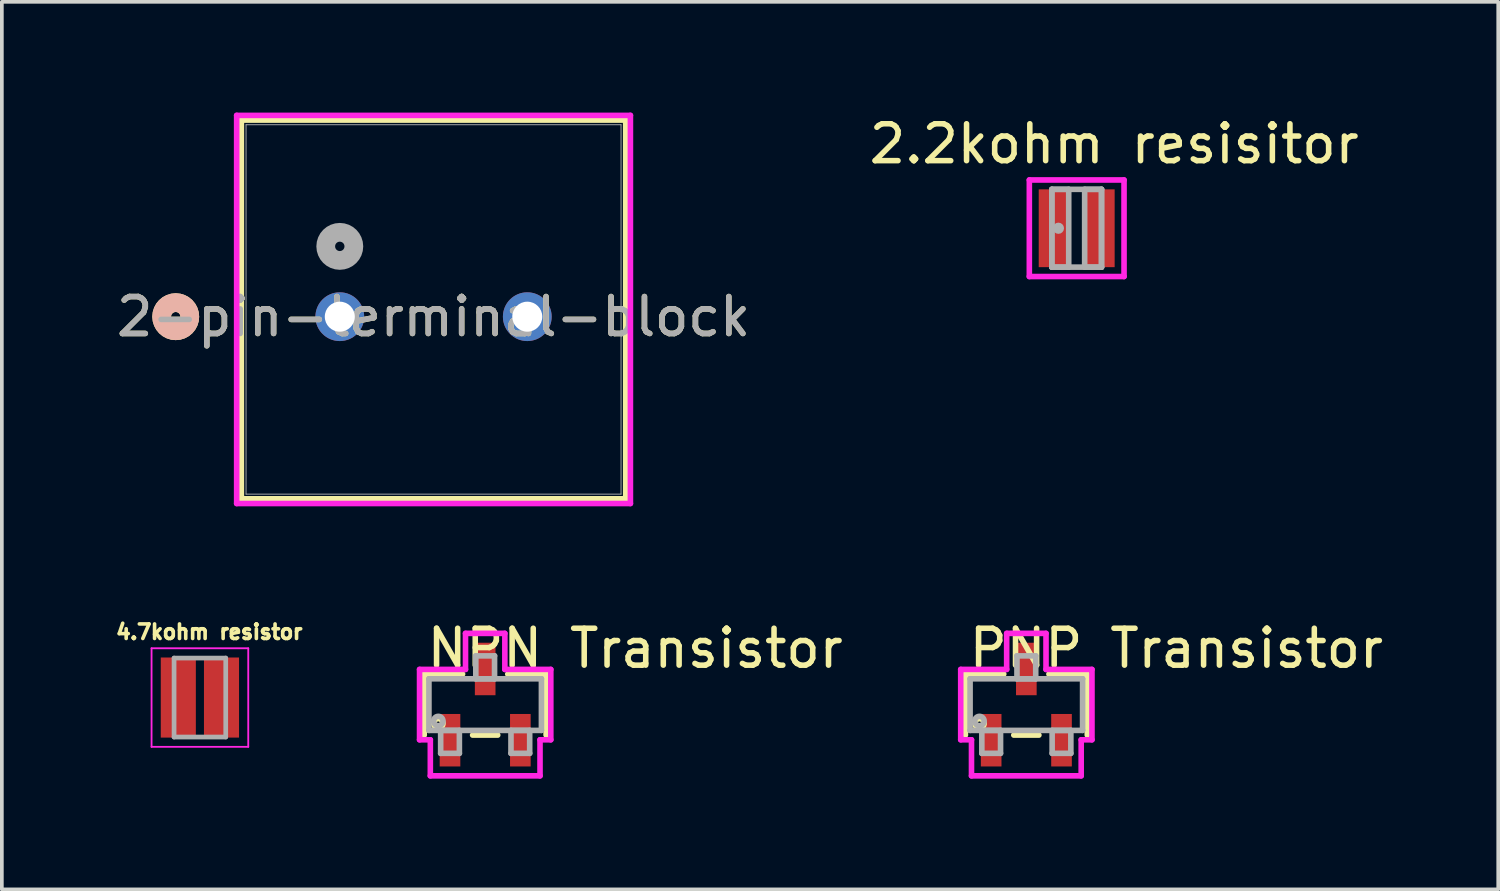
<source format=kicad_pcb>
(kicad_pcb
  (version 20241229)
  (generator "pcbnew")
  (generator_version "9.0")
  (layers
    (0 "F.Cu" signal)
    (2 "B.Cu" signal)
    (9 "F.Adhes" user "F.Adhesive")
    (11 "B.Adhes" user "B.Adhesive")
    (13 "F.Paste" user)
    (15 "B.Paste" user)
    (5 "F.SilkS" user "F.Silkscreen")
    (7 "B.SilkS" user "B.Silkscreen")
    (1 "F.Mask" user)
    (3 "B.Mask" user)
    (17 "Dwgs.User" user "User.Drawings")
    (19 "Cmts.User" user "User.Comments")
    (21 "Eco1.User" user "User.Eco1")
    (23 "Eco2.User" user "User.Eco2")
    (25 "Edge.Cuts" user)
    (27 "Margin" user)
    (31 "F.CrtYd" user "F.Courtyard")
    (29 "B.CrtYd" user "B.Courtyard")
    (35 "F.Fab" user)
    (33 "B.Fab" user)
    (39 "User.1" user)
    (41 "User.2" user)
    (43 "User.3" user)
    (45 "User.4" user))
  (footprint "PNP Transistor"
    (layer "F.Cu")
    (at 24.757 16.04)
    (property "Reference" "PNP Transistor" (at 4.064 -1.524 0) (layer "F.SilkS") (effects (font (size 1 1) (thickness 0.15))))
    (attr through_hole)
    (fp_line (start -1.651 -0.826) (end -1.651 0.826) (stroke (width 0.152) (type solid)) (layer "F.SilkS"))
    (fp_line (start -0.612 -0.826) (end -1.651 -0.826) (stroke (width 0.152) (type solid)) (layer "F.SilkS"))
    (fp_line (start -0.34 0.826) (end 0.34 0.826) (stroke (width 0.152) (type solid)) (layer "F.SilkS"))
    (fp_line (start 1.651 -0.826) (end 0.612 -0.826) (stroke (width 0.152) (type solid)) (layer "F.SilkS"))
    (fp_line (start 1.651 0.826) (end 1.651 -0.826) (stroke (width 0.152) (type solid)) (layer "F.SilkS"))
    (fp_circle (center -1.27 0.508) (end -1.143 0.508) (stroke (width 0.152) (type solid)) (fill no) (layer "F.SilkS"))
    (fp_line (start -1.778 -0.953) (end -0.533 -0.953) (stroke (width 0.152) (type solid)) (layer "F.CrtYd"))
    (fp_line (start -1.778 0.953) (end -1.778 -0.953) (stroke (width 0.152) (type solid)) (layer "F.CrtYd"))
    (fp_line (start -1.778 0.953) (end -1.486 0.953) (stroke (width 0.152) (type solid)) (layer "F.CrtYd"))
    (fp_line (start -1.486 0.953) (end -1.486 1.93) (stroke (width 0.152) (type solid)) (layer "F.CrtYd"))
    (fp_line (start -1.486 1.93) (end 1.486 1.93) (stroke (width 0.152) (type solid)) (layer "F.CrtYd"))
    (fp_line (start -0.533 -1.93) (end 0.533 -1.93) (stroke (width 0.152) (type solid)) (layer "F.CrtYd"))
    (fp_line (start -0.533 -0.953) (end -0.533 -1.93) (stroke (width 0.152) (type solid)) (layer "F.CrtYd"))
    (fp_line (start 0.533 -0.953) (end 0.533 -1.93) (stroke (width 0.152) (type solid)) (layer "F.CrtYd"))
    (fp_line (start 1.486 0.953) (end 1.486 1.93) (stroke (width 0.152) (type solid)) (layer "F.CrtYd"))
    (fp_line (start 1.778 -0.953) (end 0.533 -0.953) (stroke (width 0.152) (type solid)) (layer "F.CrtYd"))
    (fp_line (start 1.778 -0.953) (end 1.778 0.953) (stroke (width 0.152) (type solid)) (layer "F.CrtYd"))
    (fp_line (start 1.778 0.953) (end 1.486 0.953) (stroke (width 0.152) (type solid)) (layer "F.CrtYd"))
    (fp_line (start -1.524 -0.699) (end -1.524 0.699) (stroke (width 0.152) (type solid)) (layer "F.Fab"))
    (fp_line (start -1.524 0.699) (end 1.524 0.699) (stroke (width 0.152) (type solid)) (layer "F.Fab"))
    (fp_line (start -1.206 0.699) (end -1.206 1.321) (stroke (width 0.152) (type solid)) (layer "F.Fab"))
    (fp_line (start -1.206 1.321) (end -0.699 1.321) (stroke (width 0.152) (type solid)) (layer "F.Fab"))
    (fp_line (start -0.699 0.699) (end -1.206 0.699) (stroke (width 0.152) (type solid)) (layer "F.Fab"))
    (fp_line (start -0.699 1.321) (end -0.699 0.699) (stroke (width 0.152) (type solid)) (layer "F.Fab"))
    (fp_line (start -0.254 -1.321) (end -0.254 -0.699) (stroke (width 0.152) (type solid)) (layer "F.Fab"))
    (fp_line (start -0.254 -0.699) (end 0.254 -0.699) (stroke (width 0.152) (type solid)) (layer "F.Fab"))
    (fp_line (start 0.254 -1.321) (end -0.254 -1.321) (stroke (width 0.152) (type solid)) (layer "F.Fab"))
    (fp_line (start 0.254 -0.699) (end 0.254 -1.321) (stroke (width 0.152) (type solid)) (layer "F.Fab"))
    (fp_line (start 0.699 0.699) (end 0.699 1.321) (stroke (width 0.152) (type solid)) (layer "F.Fab"))
    (fp_line (start 0.699 1.321) (end 1.206 1.321) (stroke (width 0.152) (type solid)) (layer "F.Fab"))
    (fp_line (start 1.206 0.699) (end 0.699 0.699) (stroke (width 0.152) (type solid)) (layer "F.Fab"))
    (fp_line (start 1.206 1.321) (end 1.206 0.699) (stroke (width 0.152) (type solid)) (layer "F.Fab"))
    (fp_line (start 1.524 -0.699) (end -1.524 -0.699) (stroke (width 0.152) (type solid)) (layer "F.Fab"))
    (fp_line (start 1.524 0.699) (end 1.524 -0.699) (stroke (width 0.152) (type solid)) (layer "F.Fab"))
    (fp_circle (center -1.27 0.445) (end -1.143 0.445) (stroke (width 0.152) (type solid)) (fill no) (layer "F.Fab"))
    (pad "1" smd rect (at -0.953 0.965) (size 0.559 1.422) (layers "F.Cu" "F.Mask" "F.Paste"))
    (pad "2" smd rect (at 0.953 0.965) (size 0.559 1.422) (layers "F.Cu" "F.Mask" "F.Paste"))
    (pad "3" smd rect (at 0 -0.965) (size 0.559 1.422) (layers "F.Cu" "F.Mask" "F.Paste")))
  (footprint "NPN Transistor"
    (layer "F.Cu")
    (at 10.095 16.04)
    (property "Reference" "NPN Transistor" (at 4.064 -1.524 0) (layer "F.SilkS") (effects (font (size 1 1) (thickness 0.15))))
    (attr through_hole)
    (fp_line (start -1.651 -0.826) (end -1.651 0.826) (stroke (width 0.152) (type solid)) (layer "F.SilkS"))
    (fp_line (start -0.612 -0.826) (end -1.651 -0.826) (stroke (width 0.152) (type solid)) (layer "F.SilkS"))
    (fp_line (start -0.34 0.826) (end 0.34 0.826) (stroke (width 0.152) (type solid)) (layer "F.SilkS"))
    (fp_line (start 1.651 -0.826) (end 0.612 -0.826) (stroke (width 0.152) (type solid)) (layer "F.SilkS"))
    (fp_line (start 1.651 0.826) (end 1.651 -0.826) (stroke (width 0.152) (type solid)) (layer "F.SilkS"))
    (fp_circle (center -1.27 0.508) (end -1.143 0.508) (stroke (width 0.152) (type solid)) (fill no) (layer "F.SilkS"))
    (fp_line (start -1.778 -0.953) (end -0.533 -0.953) (stroke (width 0.152) (type solid)) (layer "F.CrtYd"))
    (fp_line (start -1.778 0.953) (end -1.778 -0.953) (stroke (width 0.152) (type solid)) (layer "F.CrtYd"))
    (fp_line (start -1.778 0.953) (end -1.486 0.953) (stroke (width 0.152) (type solid)) (layer "F.CrtYd"))
    (fp_line (start -1.486 0.953) (end -1.486 1.93) (stroke (width 0.152) (type solid)) (layer "F.CrtYd"))
    (fp_line (start -1.486 1.93) (end 1.486 1.93) (stroke (width 0.152) (type solid)) (layer "F.CrtYd"))
    (fp_line (start -0.533 -1.93) (end 0.533 -1.93) (stroke (width 0.152) (type solid)) (layer "F.CrtYd"))
    (fp_line (start -0.533 -0.953) (end -0.533 -1.93) (stroke (width 0.152) (type solid)) (layer "F.CrtYd"))
    (fp_line (start 0.533 -0.953) (end 0.533 -1.93) (stroke (width 0.152) (type solid)) (layer "F.CrtYd"))
    (fp_line (start 1.486 0.953) (end 1.486 1.93) (stroke (width 0.152) (type solid)) (layer "F.CrtYd"))
    (fp_line (start 1.778 -0.953) (end 0.533 -0.953) (stroke (width 0.152) (type solid)) (layer "F.CrtYd"))
    (fp_line (start 1.778 -0.953) (end 1.778 0.953) (stroke (width 0.152) (type solid)) (layer "F.CrtYd"))
    (fp_line (start 1.778 0.953) (end 1.486 0.953) (stroke (width 0.152) (type solid)) (layer "F.CrtYd"))
    (fp_line (start -1.524 -0.699) (end -1.524 0.699) (stroke (width 0.152) (type solid)) (layer "F.Fab"))
    (fp_line (start -1.524 0.699) (end 1.524 0.699) (stroke (width 0.152) (type solid)) (layer "F.Fab"))
    (fp_line (start -1.206 0.699) (end -1.206 1.321) (stroke (width 0.152) (type solid)) (layer "F.Fab"))
    (fp_line (start -1.206 1.321) (end -0.699 1.321) (stroke (width 0.152) (type solid)) (layer "F.Fab"))
    (fp_line (start -0.699 0.699) (end -1.206 0.699) (stroke (width 0.152) (type solid)) (layer "F.Fab"))
    (fp_line (start -0.699 1.321) (end -0.699 0.699) (stroke (width 0.152) (type solid)) (layer "F.Fab"))
    (fp_line (start -0.254 -1.321) (end -0.254 -0.699) (stroke (width 0.152) (type solid)) (layer "F.Fab"))
    (fp_line (start -0.254 -0.699) (end 0.254 -0.699) (stroke (width 0.152) (type solid)) (layer "F.Fab"))
    (fp_line (start 0.254 -1.321) (end -0.254 -1.321) (stroke (width 0.152) (type solid)) (layer "F.Fab"))
    (fp_line (start 0.254 -0.699) (end 0.254 -1.321) (stroke (width 0.152) (type solid)) (layer "F.Fab"))
    (fp_line (start 0.699 0.699) (end 0.699 1.321) (stroke (width 0.152) (type solid)) (layer "F.Fab"))
    (fp_line (start 0.699 1.321) (end 1.206 1.321) (stroke (width 0.152) (type solid)) (layer "F.Fab"))
    (fp_line (start 1.206 0.699) (end 0.699 0.699) (stroke (width 0.152) (type solid)) (layer "F.Fab"))
    (fp_line (start 1.206 1.321) (end 1.206 0.699) (stroke (width 0.152) (type solid)) (layer "F.Fab"))
    (fp_line (start 1.524 -0.699) (end -1.524 -0.699) (stroke (width 0.152) (type solid)) (layer "F.Fab"))
    (fp_line (start 1.524 0.699) (end 1.524 -0.699) (stroke (width 0.152) (type solid)) (layer "F.Fab"))
    (fp_circle (center -1.27 0.445) (end -1.143 0.445) (stroke (width 0.152) (type solid)) (fill no) (layer "F.Fab"))
    (pad "1" smd rect (at -0.953 0.965) (size 0.559 1.422) (layers "F.Cu" "F.Mask" "F.Paste"))
    (pad "2" smd rect (at 0.953 0.965) (size 0.559 1.422) (layers "F.Cu" "F.Mask" "F.Paste"))
    (pad "3" smd rect (at 0 -0.965) (size 0.559 1.422) (layers "F.Cu" "F.Mask" "F.Paste")))
  (footprint "4.7kohm resistor"
    (layer "F.Cu")
    (at 2.366 15.849)
    (property "Reference" "4.7kohm resistor" (at 0.254 -1.778 0) (layer "F.SilkS") (effects (font (size 0.394 0.394) (thickness 0.098))))
    (attr smd)
    (fp_line (start -1.31 -1.335) (end 1.31 -1.335) (stroke (width 0.05) (type solid)) (layer "F.CrtYd"))
    (fp_line (start -1.31 1.335) (end -1.31 -1.335) (stroke (width 0.05) (type solid)) (layer "F.CrtYd"))
    (fp_line (start -1.31 1.335) (end 1.31 1.335) (stroke (width 0.05) (type solid)) (layer "F.CrtYd"))
    (fp_line (start 1.31 1.335) (end 1.31 -1.335) (stroke (width 0.05) (type solid)) (layer "F.CrtYd"))
    (fp_line (start -0.7 1.07) (end -0.7 -1.07) (stroke (width 0.127) (type solid)) (layer "F.Fab"))
    (fp_line (start 0.7 -1.07) (end -0.7 -1.07) (stroke (width 0.127) (type solid)) (layer "F.Fab"))
    (fp_line (start 0.7 1.07) (end -0.7 1.07) (stroke (width 0.127) (type solid)) (layer "F.Fab"))
    (fp_line (start 0.7 1.07) (end 0.7 -1.07) (stroke (width 0.127) (type solid)) (layer "F.Fab"))
    (pad "1" smd rect (at -0.585 0) (size 0.95 2.17) (layers "F.Cu" "F.Mask" "F.Paste"))
    (pad "2" smd rect (at 0.585 0) (size 0.95 2.17) (layers "F.Cu" "F.Mask" "F.Paste")))
  (footprint "2.2kohm resisitor"
    (layer "F.Cu")
    (at 26.121 3.134)
    (property "Reference" "2.2kohm resisitor" (at 1.016 -2.286 0) (layer "F.SilkS") (effects (font (size 1 1) (thickness 0.15))))
    (attr through_hole)
    (fp_line (start -1.283 -1.308) (end 1.283 -1.308) (stroke (width 0.152) (type solid)) (layer "F.CrtYd"))
    (fp_line (start -1.283 1.308) (end -1.283 -1.308) (stroke (width 0.152) (type solid)) (layer "F.CrtYd"))
    (fp_line (start 1.283 -1.308) (end 1.283 1.308) (stroke (width 0.152) (type solid)) (layer "F.CrtYd"))
    (fp_line (start 1.283 1.308) (end -1.283 1.308) (stroke (width 0.152) (type solid)) (layer "F.CrtYd"))
    (fp_line (start -0.673 -1.054) (end -0.673 1.054) (stroke (width 0.152) (type solid)) (layer "F.Fab"))
    (fp_line (start -0.673 -1.054) (end -0.673 1.054) (stroke (width 0.152) (type solid)) (layer "F.Fab"))
    (fp_line (start -0.673 1.054) (end -0.216 1.054) (stroke (width 0.152) (type solid)) (layer "F.Fab"))
    (fp_line (start -0.673 1.054) (end 0.673 1.054) (stroke (width 0.152) (type solid)) (layer "F.Fab"))
    (fp_line (start -0.216 -1.054) (end -0.673 -1.054) (stroke (width 0.152) (type solid)) (layer "F.Fab"))
    (fp_line (start -0.216 1.054) (end -0.216 -1.054) (stroke (width 0.152) (type solid)) (layer "F.Fab"))
    (fp_line (start 0.216 -1.054) (end 0.216 1.054) (stroke (width 0.152) (type solid)) (layer "F.Fab"))
    (fp_line (start 0.216 1.054) (end 0.673 1.054) (stroke (width 0.152) (type solid)) (layer "F.Fab"))
    (fp_line (start 0.673 -1.054) (end -0.673 -1.054) (stroke (width 0.152) (type solid)) (layer "F.Fab"))
    (fp_line (start 0.673 -1.054) (end 0.216 -1.054) (stroke (width 0.152) (type solid)) (layer "F.Fab"))
    (fp_line (start 0.673 1.054) (end 0.673 -1.054) (stroke (width 0.152) (type solid)) (layer "F.Fab"))
    (fp_line (start 0.673 1.054) (end 0.673 -1.054) (stroke (width 0.152) (type solid)) (layer "F.Fab"))
    (fp_circle (center -0.495 0) (end -0.419 0) (stroke (width 0.152) (type solid)) (fill no) (layer "F.Fab"))
    (pad "1" smd rect (at -0.622 0) (size 0.813 2.108) (layers "F.Cu" "F.Mask" "F.Paste"))
    (pad "2" smd rect (at 0.622 0) (size 0.813 2.108) (layers "F.Cu" "F.Mask" "F.Paste")))
  (footprint "2-pin-terminal-block"
    (layer "F.Cu")
    (at 6.156 5.53)
    (property "Reference" "2-pin-terminal-block" (at 2.54 0 0) (unlocked yes) (layer "F.SilkS") (effects (font (size 1 1) (thickness 0.15))))
    (attr through_hole)
    (fp_line (start -2.667 -5.327) (end -2.667 4.935) (stroke (width 0.152) (type solid)) (layer "F.SilkS"))
    (fp_line (start -2.667 4.935) (end 7.747 4.935) (stroke (width 0.152) (type solid)) (layer "F.SilkS"))
    (fp_line (start 7.747 -5.327) (end -2.667 -5.327) (stroke (width 0.152) (type solid)) (layer "F.SilkS"))
    (fp_line (start 7.747 4.935) (end 7.747 -5.327) (stroke (width 0.152) (type solid)) (layer "F.SilkS"))
    (fp_circle (center -4.445 0) (end -4.064 0) (stroke (width 0.508) (type solid)) (fill no) (layer "F.SilkS"))
    (fp_circle (center -4.445 0) (end -4.064 0) (stroke (width 0.508) (type solid)) (fill no) (layer "B.SilkS"))
    (fp_line (start -2.794 -5.454) (end -2.794 5.062) (stroke (width 0.152) (type solid)) (layer "F.CrtYd"))
    (fp_line (start -2.794 5.062) (end 7.874 5.062) (stroke (width 0.152) (type solid)) (layer "F.CrtYd"))
    (fp_line (start 7.874 -5.454) (end -2.794 -5.454) (stroke (width 0.152) (type solid)) (layer "F.CrtYd"))
    (fp_line (start 7.874 5.062) (end 7.874 -5.454) (stroke (width 0.152) (type solid)) (layer "F.CrtYd"))
    (fp_line (start -2.54 -5.2) (end -2.54 4.808) (stroke (width 0.025) (type solid)) (layer "F.Fab"))
    (fp_line (start -2.54 4.808) (end 7.62 4.808) (stroke (width 0.025) (type solid)) (layer "F.Fab"))
    (fp_line (start 7.62 -5.2) (end -2.54 -5.2) (stroke (width 0.025) (type solid)) (layer "F.Fab"))
    (fp_line (start 7.62 4.808) (end 7.62 -5.2) (stroke (width 0.025) (type solid)) (layer "F.Fab"))
    (fp_circle (center 0 -1.905) (end 0.381 -1.905) (stroke (width 0.508) (type solid)) (fill no) (layer "F.Fab"))
    (fp_text user "${REFERENCE}" (at 2.54 0 0) (unlocked yes) (layer "F.Fab") (effects (font (size 1 1) (thickness 0.15))))
    (pad "1" thru_hole circle (at 0 0) (size 1.321 1.321) (drill 0.813) (layers "*.Cu" "*.Mask"))
    (pad "2" thru_hole circle (at 5.08 0) (size 1.321 1.321) (drill 0.813) (layers "*.Cu" "*.Mask")))
  (gr_rect
    (start -3 -3)
    (end 37.542 21.047)
    (stroke (width 0.1) (type default))
    (fill no)
    (layer "Edge.Cuts")))
</source>
